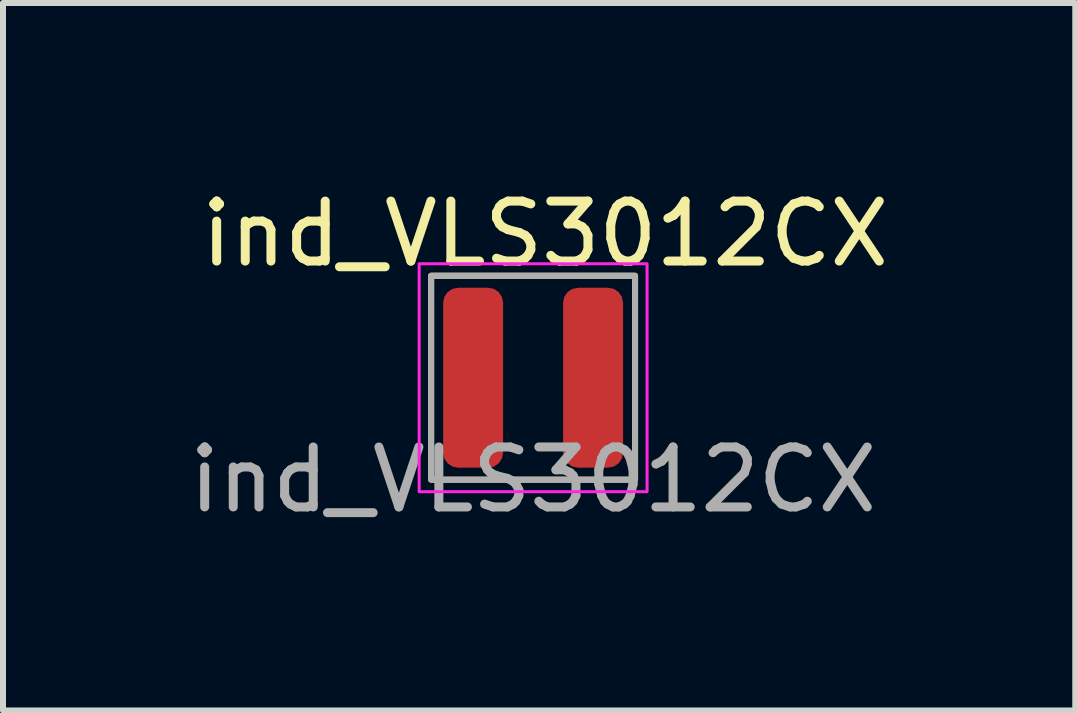
<source format=kicad_pcb>
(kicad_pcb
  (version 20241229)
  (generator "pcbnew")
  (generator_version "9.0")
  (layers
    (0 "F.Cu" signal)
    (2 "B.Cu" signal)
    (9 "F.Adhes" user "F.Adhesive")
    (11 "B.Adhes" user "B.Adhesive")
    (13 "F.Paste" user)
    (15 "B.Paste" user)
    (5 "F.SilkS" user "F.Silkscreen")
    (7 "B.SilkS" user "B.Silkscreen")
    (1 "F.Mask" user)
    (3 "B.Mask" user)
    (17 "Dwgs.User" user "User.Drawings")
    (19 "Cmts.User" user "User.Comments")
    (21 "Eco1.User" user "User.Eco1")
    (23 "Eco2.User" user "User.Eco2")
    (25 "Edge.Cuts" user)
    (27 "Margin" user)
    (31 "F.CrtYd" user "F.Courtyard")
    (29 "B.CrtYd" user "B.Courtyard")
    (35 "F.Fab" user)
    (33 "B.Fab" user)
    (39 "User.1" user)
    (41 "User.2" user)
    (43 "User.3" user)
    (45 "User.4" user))
  (footprint "ind_VLS3012CX"
    (layer "F.Cu")
    (at 5.839 3.248)
    (property "Reference" "ind_VLS3012CX" (at 0.2 -2.4 0) (unlocked yes) (layer "F.SilkS") (effects (font (size 1 1) (thickness 0.15))))
    (attr smd)
    (fp_rect (start -1.7 -1.7) (end 1.7 1.7) (stroke (width 0.1) (type default)) (fill no) (layer "F.SilkS"))
    (fp_rect (start -1.9 -1.9) (end 1.9 1.9) (stroke (width 0.05) (type default)) (fill no) (layer "F.CrtYd"))
    (fp_rect (start -1.7 -1.7) (end 1.7 1.7) (stroke (width 0.1) (type default)) (fill no) (layer "F.Fab"))
    (fp_text user "${REFERENCE}" (at 0 1.7 0) (unlocked yes) (layer "F.Fab") (effects (font (size 1 1) (thickness 0.15))))
    (pad "1" smd roundrect (at -1 0) (size 1 3) (layers "F.Cu" "F.Mask" "F.Paste") (roundrect_rratio 0.25))
    (pad "2" smd roundrect (at 1 0) (size 1 3) (layers "F.Cu" "F.Mask" "F.Paste") (roundrect_rratio 0.25)))
  (gr_rect
    (start -3 -3)
    (end 14.879 8.796)
    (stroke (width 0.1) (type default))
    (fill no)
    (layer "Edge.Cuts")))
</source>
